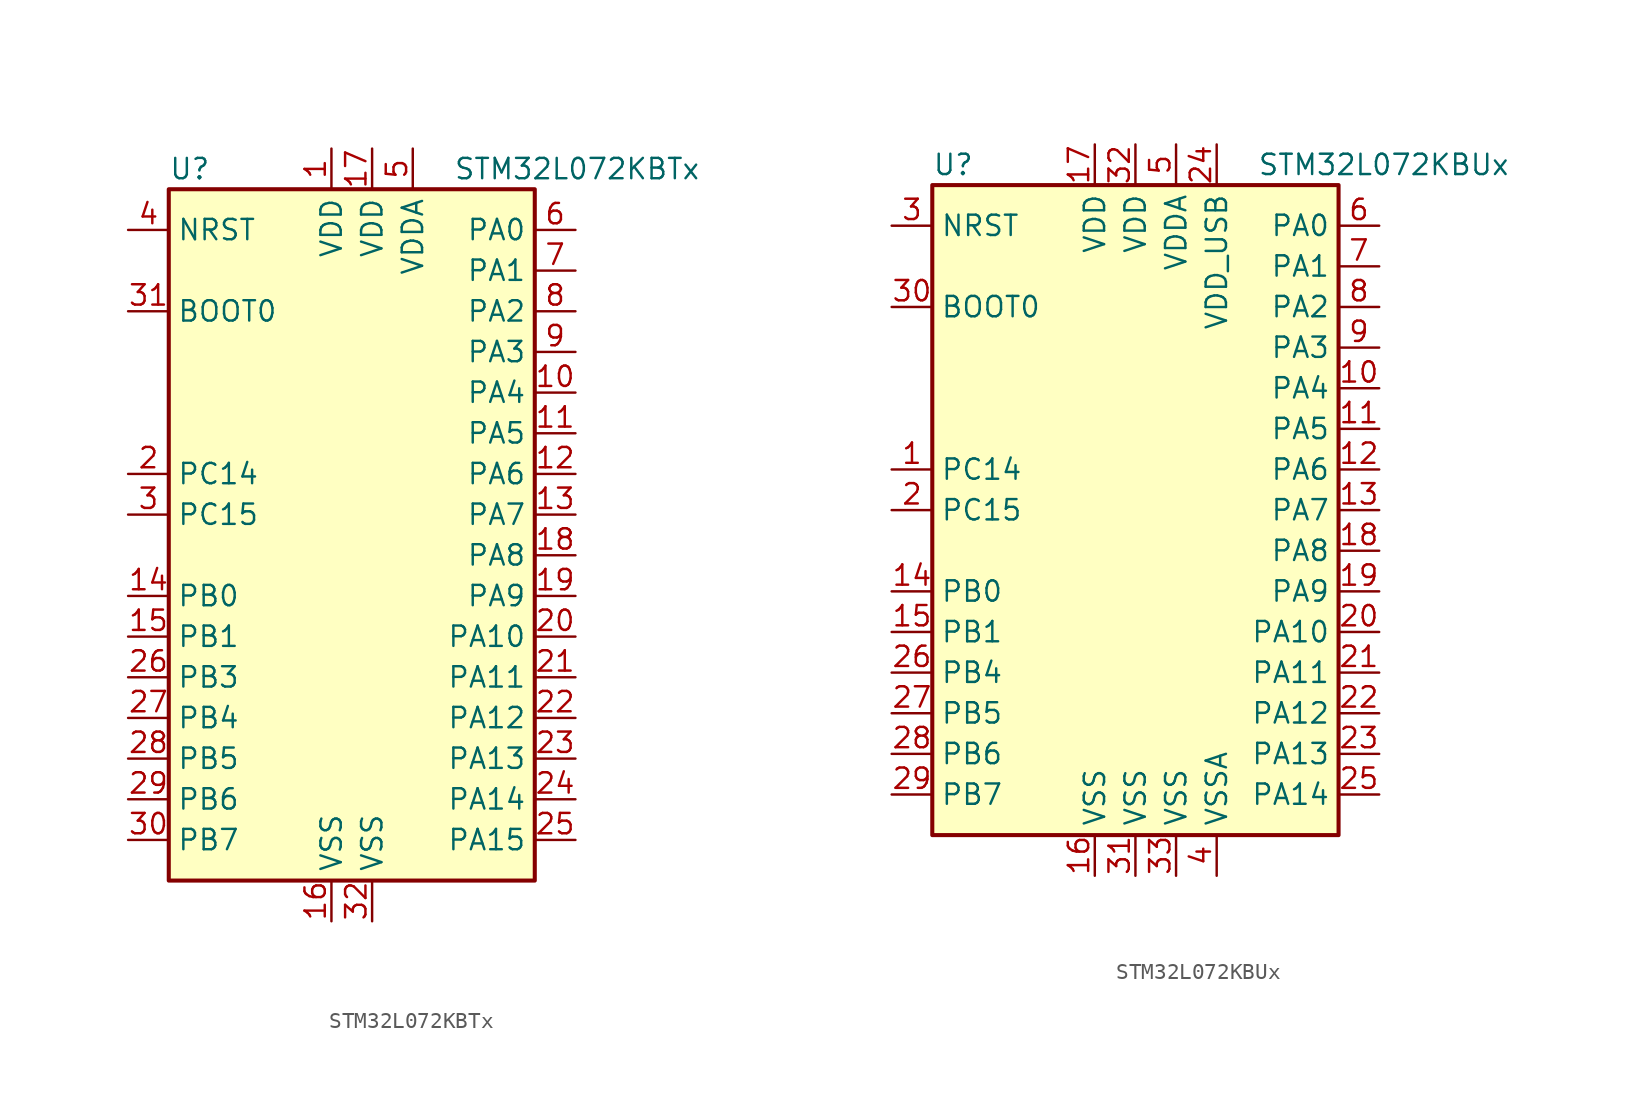
<source format=kicad_sym>
(kicad_symbol_lib
  (version 20211014)
  (generator kicad_symbol_editor)
  (symbol "STM32L072KBTx"
    (property "Reference" "U"
      (at -12.7 21.59 0)
      (effects (font (size 1.27 1.27)) (justify left)))
    (property "Value" "STM32L072KBTx"
      (at 5.08 21.59 0)
      (effects (font (size 1.27 1.27)) (justify left)))
    (symbol "STM32L072KBTx_0_1"
      (rectangle (start -12.7 -22.86) (end 10.16 20.32) (stroke (width 0.254) (type default) (color 0 0 0 0)) (fill (type background))))
    (symbol "STM32L072KBTx_1_1"
      (pin power_in line (at -2.54 22.86 270) (length 2.54) (name "VDD" (effects (font (size 1.27 1.27)))) (number "1" (effects (font (size 1.27 1.27)))))
      (pin bidirectional line (at 12.7 7.62 180) (length 2.54) (name "PA4" (effects (font (size 1.27 1.27)))) (number "10" (effects (font (size 1.27 1.27)))))
      (pin bidirectional line (at 12.7 5.08 180) (length 2.54) (name "PA5" (effects (font (size 1.27 1.27)))) (number "11" (effects (font (size 1.27 1.27)))))
      (pin bidirectional line (at 12.7 2.54 180) (length 2.54) (name "PA6" (effects (font (size 1.27 1.27)))) (number "12" (effects (font (size 1.27 1.27)))))
      (pin bidirectional line (at 12.7 0 180) (length 2.54) (name "PA7" (effects (font (size 1.27 1.27)))) (number "13" (effects (font (size 1.27 1.27)))))
      (pin bidirectional line (at -15.24 -5.08 0) (length 2.54) (name "PB0" (effects (font (size 1.27 1.27)))) (number "14" (effects (font (size 1.27 1.27)))))
      (pin bidirectional line (at -15.24 -7.62 0) (length 2.54) (name "PB1" (effects (font (size 1.27 1.27)))) (number "15" (effects (font (size 1.27 1.27)))))
      (pin power_in line (at -2.54 -25.4 90) (length 2.54) (name "VSS" (effects (font (size 1.27 1.27)))) (number "16" (effects (font (size 1.27 1.27)))))
      (pin power_in line (at 0 22.86 270) (length 2.54) (name "VDD" (effects (font (size 1.27 1.27)))) (number "17" (effects (font (size 1.27 1.27)))))
      (pin bidirectional line (at 12.7 -2.54 180) (length 2.54) (name "PA8" (effects (font (size 1.27 1.27)))) (number "18" (effects (font (size 1.27 1.27)))))
      (pin bidirectional line (at 12.7 -5.08 180) (length 2.54) (name "PA9" (effects (font (size 1.27 1.27)))) (number "19" (effects (font (size 1.27 1.27)))))
      (pin bidirectional line (at -15.24 2.54 0) (length 2.54) (name "PC14" (effects (font (size 1.27 1.27)))) (number "2" (effects (font (size 1.27 1.27)))))
      (pin bidirectional line (at 12.7 -7.62 180) (length 2.54) (name "PA10" (effects (font (size 1.27 1.27)))) (number "20" (effects (font (size 1.27 1.27)))))
      (pin bidirectional line (at 12.7 -10.16 180) (length 2.54) (name "PA11" (effects (font (size 1.27 1.27)))) (number "21" (effects (font (size 1.27 1.27)))))
      (pin bidirectional line (at 12.7 -12.7 180) (length 2.54) (name "PA12" (effects (font (size 1.27 1.27)))) (number "22" (effects (font (size 1.27 1.27)))))
      (pin bidirectional line (at 12.7 -15.24 180) (length 2.54) (name "PA13" (effects (font (size 1.27 1.27)))) (number "23" (effects (font (size 1.27 1.27)))))
      (pin bidirectional line (at 12.7 -17.78 180) (length 2.54) (name "PA14" (effects (font (size 1.27 1.27)))) (number "24" (effects (font (size 1.27 1.27)))))
      (pin bidirectional line (at 12.7 -20.32 180) (length 2.54) (name "PA15" (effects (font (size 1.27 1.27)))) (number "25" (effects (font (size 1.27 1.27)))))
      (pin bidirectional line (at -15.24 -10.16 0) (length 2.54) (name "PB3" (effects (font (size 1.27 1.27)))) (number "26" (effects (font (size 1.27 1.27)))))
      (pin bidirectional line (at -15.24 -12.7 0) (length 2.54) (name "PB4" (effects (font (size 1.27 1.27)))) (number "27" (effects (font (size 1.27 1.27)))))
      (pin bidirectional line (at -15.24 -15.24 0) (length 2.54) (name "PB5" (effects (font (size 1.27 1.27)))) (number "28" (effects (font (size 1.27 1.27)))))
      (pin bidirectional line (at -15.24 -17.78 0) (length 2.54) (name "PB6" (effects (font (size 1.27 1.27)))) (number "29" (effects (font (size 1.27 1.27)))))
      (pin bidirectional line (at -15.24 0 0) (length 2.54) (name "PC15" (effects (font (size 1.27 1.27)))) (number "3" (effects (font (size 1.27 1.27)))))
      (pin bidirectional line (at -15.24 -20.32 0) (length 2.54) (name "PB7" (effects (font (size 1.27 1.27)))) (number "30" (effects (font (size 1.27 1.27)))))
      (pin input line (at -15.24 12.7 0) (length 2.54) (name "BOOT0" (effects (font (size 1.27 1.27)))) (number "31" (effects (font (size 1.27 1.27)))))
      (pin power_in line (at 0 -25.4 90) (length 2.54) (name "VSS" (effects (font (size 1.27 1.27)))) (number "32" (effects (font (size 1.27 1.27)))))
      (pin input line (at -15.24 17.78 0) (length 2.54) (name "NRST" (effects (font (size 1.27 1.27)))) (number "4" (effects (font (size 1.27 1.27)))))
      (pin power_in line (at 2.54 22.86 270) (length 2.54) (name "VDDA" (effects (font (size 1.27 1.27)))) (number "5" (effects (font (size 1.27 1.27)))))
      (pin bidirectional line (at 12.7 17.78 180) (length 2.54) (name "PA0" (effects (font (size 1.27 1.27)))) (number "6" (effects (font (size 1.27 1.27)))))
      (pin bidirectional line (at 12.7 15.24 180) (length 2.54) (name "PA1" (effects (font (size 1.27 1.27)))) (number "7" (effects (font (size 1.27 1.27)))))
      (pin bidirectional line (at 12.7 12.7 180) (length 2.54) (name "PA2" (effects (font (size 1.27 1.27)))) (number "8" (effects (font (size 1.27 1.27)))))
      (pin bidirectional line (at 12.7 10.16 180) (length 2.54) (name "PA3" (effects (font (size 1.27 1.27)))) (number "9" (effects (font (size 1.27 1.27)))))))
  (symbol "STM32L072KBUx"
    (property "Reference" "U"
      (at -12.7 21.59 0)
      (effects (font (size 1.27 1.27)) (justify left)))
    (property "Value" "STM32L072KBUx"
      (at 7.62 21.59 0)
      (effects (font (size 1.27 1.27)) (justify left)))
    (symbol "STM32L072KBUx_0_1"
      (rectangle (start -12.7 -20.32) (end 12.7 20.32) (stroke (width 0.254) (type default) (color 0 0 0 0)) (fill (type background))))
    (symbol "STM32L072KBUx_1_1"
      (pin bidirectional line (at -15.24 2.54 0) (length 2.54) (name "PC14" (effects (font (size 1.27 1.27)))) (number "1" (effects (font (size 1.27 1.27)))))
      (pin bidirectional line (at 15.24 7.62 180) (length 2.54) (name "PA4" (effects (font (size 1.27 1.27)))) (number "10" (effects (font (size 1.27 1.27)))))
      (pin bidirectional line (at 15.24 5.08 180) (length 2.54) (name "PA5" (effects (font (size 1.27 1.27)))) (number "11" (effects (font (size 1.27 1.27)))))
      (pin bidirectional line (at 15.24 2.54 180) (length 2.54) (name "PA6" (effects (font (size 1.27 1.27)))) (number "12" (effects (font (size 1.27 1.27)))))
      (pin bidirectional line (at 15.24 0 180) (length 2.54) (name "PA7" (effects (font (size 1.27 1.27)))) (number "13" (effects (font (size 1.27 1.27)))))
      (pin bidirectional line (at -15.24 -5.08 0) (length 2.54) (name "PB0" (effects (font (size 1.27 1.27)))) (number "14" (effects (font (size 1.27 1.27)))))
      (pin bidirectional line (at -15.24 -7.62 0) (length 2.54) (name "PB1" (effects (font (size 1.27 1.27)))) (number "15" (effects (font (size 1.27 1.27)))))
      (pin power_in line (at -2.54 -22.86 90) (length 2.54) (name "VSS" (effects (font (size 1.27 1.27)))) (number "16" (effects (font (size 1.27 1.27)))))
      (pin power_in line (at -2.54 22.86 270) (length 2.54) (name "VDD" (effects (font (size 1.27 1.27)))) (number "17" (effects (font (size 1.27 1.27)))))
      (pin bidirectional line (at 15.24 -2.54 180) (length 2.54) (name "PA8" (effects (font (size 1.27 1.27)))) (number "18" (effects (font (size 1.27 1.27)))))
      (pin bidirectional line (at 15.24 -5.08 180) (length 2.54) (name "PA9" (effects (font (size 1.27 1.27)))) (number "19" (effects (font (size 1.27 1.27)))))
      (pin bidirectional line (at -15.24 0 0) (length 2.54) (name "PC15" (effects (font (size 1.27 1.27)))) (number "2" (effects (font (size 1.27 1.27)))))
      (pin bidirectional line (at 15.24 -7.62 180) (length 2.54) (name "PA10" (effects (font (size 1.27 1.27)))) (number "20" (effects (font (size 1.27 1.27)))))
      (pin bidirectional line (at 15.24 -10.16 180) (length 2.54) (name "PA11" (effects (font (size 1.27 1.27)))) (number "21" (effects (font (size 1.27 1.27)))))
      (pin bidirectional line (at 15.24 -12.7 180) (length 2.54) (name "PA12" (effects (font (size 1.27 1.27)))) (number "22" (effects (font (size 1.27 1.27)))))
      (pin bidirectional line (at 15.24 -15.24 180) (length 2.54) (name "PA13" (effects (font (size 1.27 1.27)))) (number "23" (effects (font (size 1.27 1.27)))))
      (pin power_in line (at 5.08 22.86 270) (length 2.54) (name "VDD_USB" (effects (font (size 1.27 1.27)))) (number "24" (effects (font (size 1.27 1.27)))))
      (pin bidirectional line (at 15.24 -17.78 180) (length 2.54) (name "PA14" (effects (font (size 1.27 1.27)))) (number "25" (effects (font (size 1.27 1.27)))))
      (pin bidirectional line (at -15.24 -10.16 0) (length 2.54) (name "PB4" (effects (font (size 1.27 1.27)))) (number "26" (effects (font (size 1.27 1.27)))))
      (pin bidirectional line (at -15.24 -12.7 0) (length 2.54) (name "PB5" (effects (font (size 1.27 1.27)))) (number "27" (effects (font (size 1.27 1.27)))))
      (pin bidirectional line (at -15.24 -15.24 0) (length 2.54) (name "PB6" (effects (font (size 1.27 1.27)))) (number "28" (effects (font (size 1.27 1.27)))))
      (pin bidirectional line (at -15.24 -17.78 0) (length 2.54) (name "PB7" (effects (font (size 1.27 1.27)))) (number "29" (effects (font (size 1.27 1.27)))))
      (pin input line (at -15.24 17.78 0) (length 2.54) (name "NRST" (effects (font (size 1.27 1.27)))) (number "3" (effects (font (size 1.27 1.27)))))
      (pin input line (at -15.24 12.7 0) (length 2.54) (name "BOOT0" (effects (font (size 1.27 1.27)))) (number "30" (effects (font (size 1.27 1.27)))))
      (pin power_in line (at 0 -22.86 90) (length 2.54) (name "VSS" (effects (font (size 1.27 1.27)))) (number "31" (effects (font (size 1.27 1.27)))))
      (pin power_in line (at 0 22.86 270) (length 2.54) (name "VDD" (effects (font (size 1.27 1.27)))) (number "32" (effects (font (size 1.27 1.27)))))
      (pin power_in line (at 2.54 -22.86 90) (length 2.54) (name "VSS" (effects (font (size 1.27 1.27)))) (number "33" (effects (font (size 1.27 1.27)))))
      (pin power_in line (at 5.08 -22.86 90) (length 2.54) (name "VSSA" (effects (font (size 1.27 1.27)))) (number "4" (effects (font (size 1.27 1.27)))))
      (pin power_in line (at 2.54 22.86 270) (length 2.54) (name "VDDA" (effects (font (size 1.27 1.27)))) (number "5" (effects (font (size 1.27 1.27)))))
      (pin bidirectional line (at 15.24 17.78 180) (length 2.54) (name "PA0" (effects (font (size 1.27 1.27)))) (number "6" (effects (font (size 1.27 1.27)))))
      (pin bidirectional line (at 15.24 15.24 180) (length 2.54) (name "PA1" (effects (font (size 1.27 1.27)))) (number "7" (effects (font (size 1.27 1.27)))))
      (pin bidirectional line (at 15.24 12.7 180) (length 2.54) (name "PA2" (effects (font (size 1.27 1.27)))) (number "8" (effects (font (size 1.27 1.27)))))
      (pin bidirectional line (at 15.24 10.16 180) (length 2.54) (name "PA3" (effects (font (size 1.27 1.27)))) (number "9" (effects (font (size 1.27 1.27))))))))
</source>
